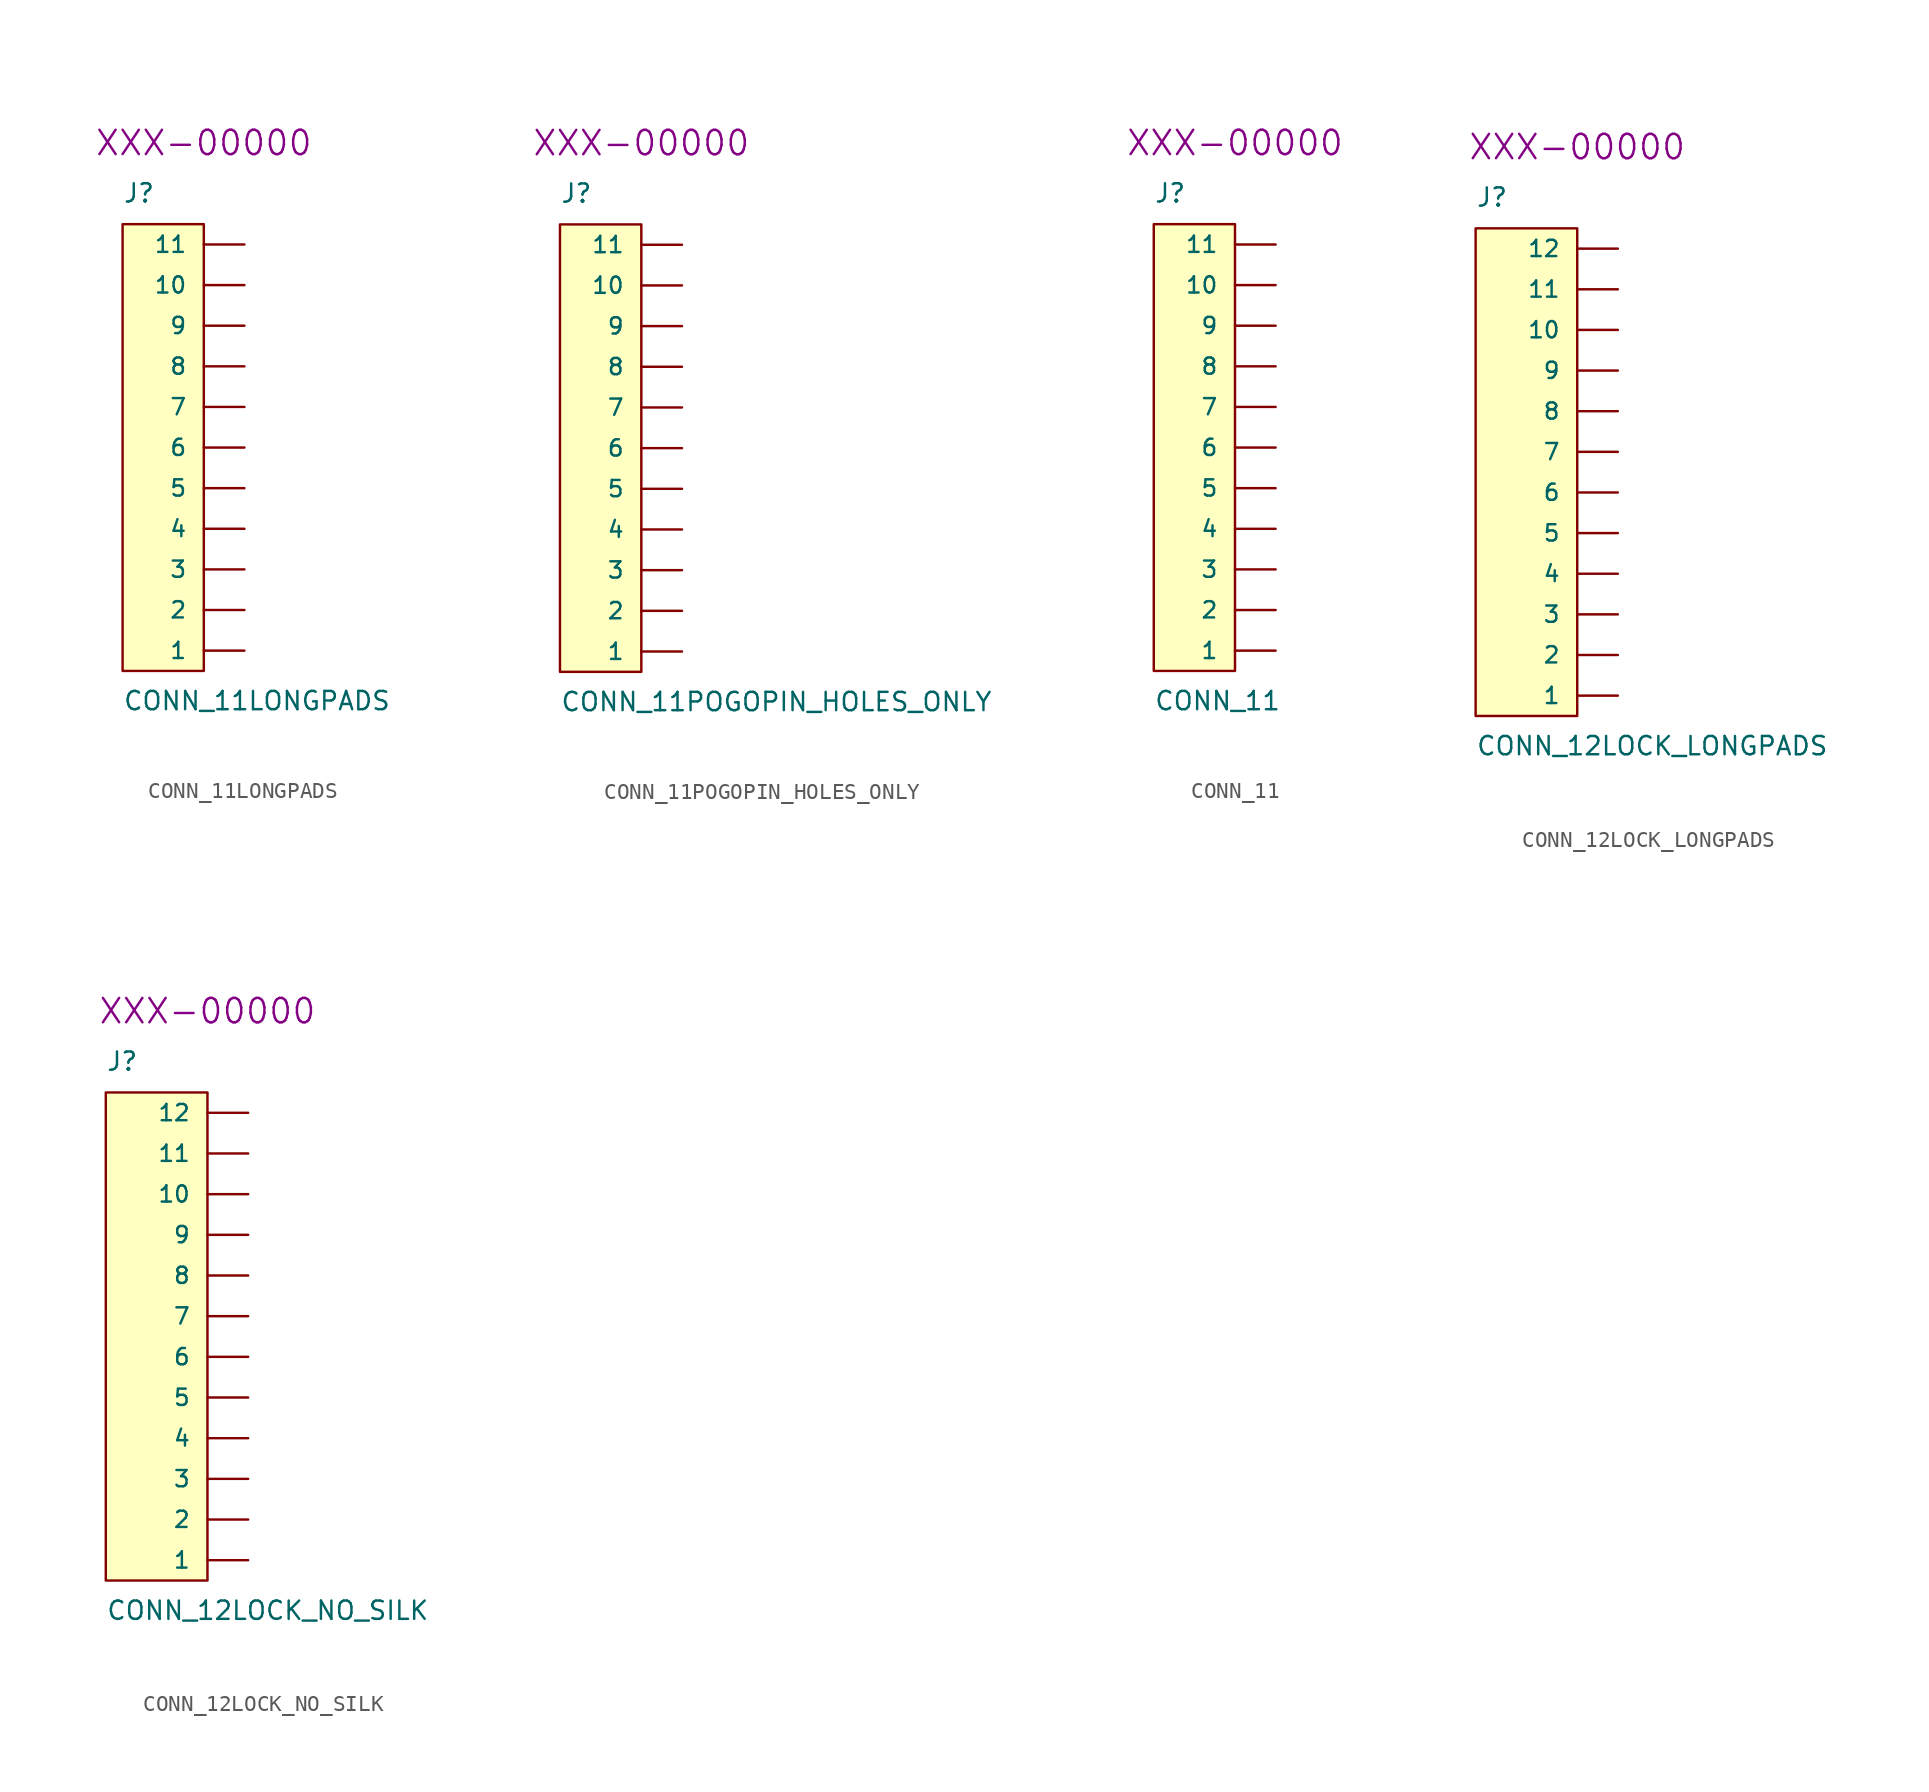
<source format=kicad_sym>
(kicad_symbol_lib
  (version 20201005)
  (generator kicad_symbol_editor)
  (symbol "CONN_11LONGPADS"
    (pin_numbers hide)
    (pin_names
      (offset 1.016))
    (property "Reference" "J"
      (at -5.08 27.94 0)
      (effects (font (size 1.143 1.143)) (justify left bottom)))
    (property "Value" "CONN_11LONGPADS"
      (at -5.08 -3.81 0)
      (effects (font (size 1.143 1.143)) (justify left bottom)))
    (property "Field4" "XXX-00000"
      (at 0 31.75 0)
      (effects (font (size 1.524 1.524))))
    (property "ki_locked" ""
      (at 0 0 0)
      (effects (font (size 1.27 1.27))))
    (symbol "CONN_11LONGPADS_0_1"
      (rectangle (start 0 -1.27) (end -5.08 26.67) (stroke (width 0)) (fill (type background))))
    (symbol "CONN_11LONGPADS_1_1"
      (pin passive line (at 2.54 0 180) (length 2.54) (name "1" (effects (font (size 1.016 1.016)))) (number "1" (effects (font (size 1.016 1.016)))))
      (pin passive line (at 2.54 2.54 180) (length 2.54) (name "2" (effects (font (size 1.016 1.016)))) (number "2" (effects (font (size 1.016 1.016)))))
      (pin passive line (at 2.54 5.08 180) (length 2.54) (name "3" (effects (font (size 1.016 1.016)))) (number "3" (effects (font (size 1.016 1.016)))))
      (pin passive line (at 2.54 7.62 180) (length 2.54) (name "4" (effects (font (size 1.016 1.016)))) (number "4" (effects (font (size 1.016 1.016)))))
      (pin passive line (at 2.54 10.16 180) (length 2.54) (name "5" (effects (font (size 1.016 1.016)))) (number "5" (effects (font (size 1.016 1.016)))))
      (pin passive line (at 2.54 12.7 180) (length 2.54) (name "6" (effects (font (size 1.016 1.016)))) (number "6" (effects (font (size 1.016 1.016)))))
      (pin passive line (at 2.54 15.24 180) (length 2.54) (name "7" (effects (font (size 1.016 1.016)))) (number "7" (effects (font (size 1.016 1.016)))))
      (pin passive line (at 2.54 17.78 180) (length 2.54) (name "8" (effects (font (size 1.016 1.016)))) (number "8" (effects (font (size 1.016 1.016)))))
      (pin passive line (at 2.54 20.32 180) (length 2.54) (name "9" (effects (font (size 1.016 1.016)))) (number "9" (effects (font (size 1.016 1.016)))))
      (pin passive line (at 2.54 22.86 180) (length 2.54) (name "10" (effects (font (size 1.016 1.016)))) (number "10" (effects (font (size 1.016 1.016)))))
      (pin passive line (at 2.54 25.4 180) (length 2.54) (name "11" (effects (font (size 1.016 1.016)))) (number "11" (effects (font (size 1.016 1.016)))))))
  (symbol "CONN_11POGOPIN_HOLES_ONLY"
    (pin_numbers hide)
    (pin_names
      (offset 1.016))
    (property "Reference" "J"
      (at -5.08 27.94 0)
      (effects (font (size 1.143 1.143)) (justify left bottom)))
    (property "Value" "CONN_11POGOPIN_HOLES_ONLY"
      (at -5.08 -3.81 0)
      (effects (font (size 1.143 1.143)) (justify left bottom)))
    (property "Field4" "XXX-00000"
      (at 0 31.75 0)
      (effects (font (size 1.524 1.524))))
    (property "ki_locked" ""
      (at 0 0 0)
      (effects (font (size 1.27 1.27))))
    (symbol "CONN_11POGOPIN_HOLES_ONLY_0_1"
      (rectangle (start 0 -1.27) (end -5.08 26.67) (stroke (width 0)) (fill (type background))))
    (symbol "CONN_11POGOPIN_HOLES_ONLY_1_1"
      (pin passive line (at 2.54 0 180) (length 2.54) (name "1" (effects (font (size 1.016 1.016)))) (number "1" (effects (font (size 1.016 1.016)))))
      (pin passive line (at 2.54 2.54 180) (length 2.54) (name "2" (effects (font (size 1.016 1.016)))) (number "2" (effects (font (size 1.016 1.016)))))
      (pin passive line (at 2.54 5.08 180) (length 2.54) (name "3" (effects (font (size 1.016 1.016)))) (number "3" (effects (font (size 1.016 1.016)))))
      (pin passive line (at 2.54 7.62 180) (length 2.54) (name "4" (effects (font (size 1.016 1.016)))) (number "4" (effects (font (size 1.016 1.016)))))
      (pin passive line (at 2.54 10.16 180) (length 2.54) (name "5" (effects (font (size 1.016 1.016)))) (number "5" (effects (font (size 1.016 1.016)))))
      (pin passive line (at 2.54 12.7 180) (length 2.54) (name "6" (effects (font (size 1.016 1.016)))) (number "6" (effects (font (size 1.016 1.016)))))
      (pin passive line (at 2.54 15.24 180) (length 2.54) (name "7" (effects (font (size 1.016 1.016)))) (number "7" (effects (font (size 1.016 1.016)))))
      (pin passive line (at 2.54 17.78 180) (length 2.54) (name "8" (effects (font (size 1.016 1.016)))) (number "8" (effects (font (size 1.016 1.016)))))
      (pin passive line (at 2.54 20.32 180) (length 2.54) (name "9" (effects (font (size 1.016 1.016)))) (number "9" (effects (font (size 1.016 1.016)))))
      (pin passive line (at 2.54 22.86 180) (length 2.54) (name "10" (effects (font (size 1.016 1.016)))) (number "10" (effects (font (size 1.016 1.016)))))
      (pin passive line (at 2.54 25.4 180) (length 2.54) (name "11" (effects (font (size 1.016 1.016)))) (number "11" (effects (font (size 1.016 1.016)))))))
  (symbol "CONN_11"
    (pin_numbers hide)
    (pin_names
      (offset 1.016))
    (property "Reference" "J"
      (at -5.08 27.94 0)
      (effects (font (size 1.143 1.143)) (justify left bottom)))
    (property "Value" "CONN_11"
      (at -5.08 -3.81 0)
      (effects (font (size 1.143 1.143)) (justify left bottom)))
    (property "Field4" "XXX-00000"
      (at 0 31.75 0)
      (effects (font (size 1.524 1.524))))
    (property "ki_locked" ""
      (at 0 0 0)
      (effects (font (size 1.27 1.27))))
    (symbol "CONN_11_0_1"
      (rectangle (start 0 -1.27) (end -5.08 26.67) (stroke (width 0)) (fill (type background))))
    (symbol "CONN_11_1_1"
      (pin passive line (at 2.54 0 180) (length 2.54) (name "1" (effects (font (size 1.016 1.016)))) (number "1" (effects (font (size 1.016 1.016)))))
      (pin passive line (at 2.54 2.54 180) (length 2.54) (name "2" (effects (font (size 1.016 1.016)))) (number "2" (effects (font (size 1.016 1.016)))))
      (pin passive line (at 2.54 5.08 180) (length 2.54) (name "3" (effects (font (size 1.016 1.016)))) (number "3" (effects (font (size 1.016 1.016)))))
      (pin passive line (at 2.54 7.62 180) (length 2.54) (name "4" (effects (font (size 1.016 1.016)))) (number "4" (effects (font (size 1.016 1.016)))))
      (pin passive line (at 2.54 10.16 180) (length 2.54) (name "5" (effects (font (size 1.016 1.016)))) (number "5" (effects (font (size 1.016 1.016)))))
      (pin passive line (at 2.54 12.7 180) (length 2.54) (name "6" (effects (font (size 1.016 1.016)))) (number "6" (effects (font (size 1.016 1.016)))))
      (pin passive line (at 2.54 15.24 180) (length 2.54) (name "7" (effects (font (size 1.016 1.016)))) (number "7" (effects (font (size 1.016 1.016)))))
      (pin passive line (at 2.54 17.78 180) (length 2.54) (name "8" (effects (font (size 1.016 1.016)))) (number "8" (effects (font (size 1.016 1.016)))))
      (pin passive line (at 2.54 20.32 180) (length 2.54) (name "9" (effects (font (size 1.016 1.016)))) (number "9" (effects (font (size 1.016 1.016)))))
      (pin passive line (at 2.54 22.86 180) (length 2.54) (name "10" (effects (font (size 1.016 1.016)))) (number "10" (effects (font (size 1.016 1.016)))))
      (pin passive line (at 2.54 25.4 180) (length 2.54) (name "11" (effects (font (size 1.016 1.016)))) (number "11" (effects (font (size 1.016 1.016)))))))
  (symbol "CONN_12LOCK_LONGPADS"
    (pin_numbers hide)
    (pin_names
      (offset 1.016))
    (property "Reference" "J"
      (at -6.35 30.48 0)
      (effects (font (size 1.143 1.143)) (justify left bottom)))
    (property "Value" "CONN_12LOCK_LONGPADS"
      (at -6.35 -3.81 0)
      (effects (font (size 1.143 1.143)) (justify left bottom)))
    (property "Field4" "XXX-00000"
      (at 0 34.29 0)
      (effects (font (size 1.524 1.524))))
    (property "ki_locked" ""
      (at 0 0 0)
      (effects (font (size 1.27 1.27))))
    (symbol "CONN_12LOCK_LONGPADS_0_1"
      (rectangle (start 0 -1.27) (end -6.35 29.21) (stroke (width 0)) (fill (type background))))
    (symbol "CONN_12LOCK_LONGPADS_1_1"
      (pin passive line (at 2.54 0 180) (length 2.54) (name "1" (effects (font (size 1.016 1.016)))) (number "1" (effects (font (size 1.016 1.016)))))
      (pin passive line (at 2.54 2.54 180) (length 2.54) (name "2" (effects (font (size 1.016 1.016)))) (number "2" (effects (font (size 1.016 1.016)))))
      (pin passive line (at 2.54 5.08 180) (length 2.54) (name "3" (effects (font (size 1.016 1.016)))) (number "3" (effects (font (size 1.016 1.016)))))
      (pin passive line (at 2.54 7.62 180) (length 2.54) (name "4" (effects (font (size 1.016 1.016)))) (number "4" (effects (font (size 1.016 1.016)))))
      (pin passive line (at 2.54 10.16 180) (length 2.54) (name "5" (effects (font (size 1.016 1.016)))) (number "5" (effects (font (size 1.016 1.016)))))
      (pin passive line (at 2.54 12.7 180) (length 2.54) (name "6" (effects (font (size 1.016 1.016)))) (number "6" (effects (font (size 1.016 1.016)))))
      (pin passive line (at 2.54 15.24 180) (length 2.54) (name "7" (effects (font (size 1.016 1.016)))) (number "7" (effects (font (size 1.016 1.016)))))
      (pin passive line (at 2.54 17.78 180) (length 2.54) (name "8" (effects (font (size 1.016 1.016)))) (number "8" (effects (font (size 1.016 1.016)))))
      (pin passive line (at 2.54 20.32 180) (length 2.54) (name "9" (effects (font (size 1.016 1.016)))) (number "9" (effects (font (size 1.016 1.016)))))
      (pin passive line (at 2.54 22.86 180) (length 2.54) (name "10" (effects (font (size 1.016 1.016)))) (number "10" (effects (font (size 1.016 1.016)))))
      (pin passive line (at 2.54 25.4 180) (length 2.54) (name "11" (effects (font (size 1.016 1.016)))) (number "11" (effects (font (size 1.016 1.016)))))
      (pin passive line (at 2.54 27.94 180) (length 2.54) (name "12" (effects (font (size 1.016 1.016)))) (number "12" (effects (font (size 1.016 1.016)))))))
  (symbol "CONN_12LOCK_NO_SILK"
    (pin_numbers hide)
    (pin_names
      (offset 1.016))
    (property "Reference" "J"
      (at -6.35 30.48 0)
      (effects (font (size 1.143 1.143)) (justify left bottom)))
    (property "Value" "CONN_12LOCK_NO_SILK"
      (at -6.35 -3.81 0)
      (effects (font (size 1.143 1.143)) (justify left bottom)))
    (property "Field4" "XXX-00000"
      (at 0 34.29 0)
      (effects (font (size 1.524 1.524))))
    (property "ki_locked" ""
      (at 0 0 0)
      (effects (font (size 1.27 1.27))))
    (symbol "CONN_12LOCK_NO_SILK_0_1"
      (rectangle (start 0 -1.27) (end -6.35 29.21) (stroke (width 0)) (fill (type background))))
    (symbol "CONN_12LOCK_NO_SILK_1_1"
      (pin passive line (at 2.54 0 180) (length 2.54) (name "1" (effects (font (size 1.016 1.016)))) (number "1" (effects (font (size 1.016 1.016)))))
      (pin passive line (at 2.54 2.54 180) (length 2.54) (name "2" (effects (font (size 1.016 1.016)))) (number "2" (effects (font (size 1.016 1.016)))))
      (pin passive line (at 2.54 5.08 180) (length 2.54) (name "3" (effects (font (size 1.016 1.016)))) (number "3" (effects (font (size 1.016 1.016)))))
      (pin passive line (at 2.54 7.62 180) (length 2.54) (name "4" (effects (font (size 1.016 1.016)))) (number "4" (effects (font (size 1.016 1.016)))))
      (pin passive line (at 2.54 10.16 180) (length 2.54) (name "5" (effects (font (size 1.016 1.016)))) (number "5" (effects (font (size 1.016 1.016)))))
      (pin passive line (at 2.54 12.7 180) (length 2.54) (name "6" (effects (font (size 1.016 1.016)))) (number "6" (effects (font (size 1.016 1.016)))))
      (pin passive line (at 2.54 15.24 180) (length 2.54) (name "7" (effects (font (size 1.016 1.016)))) (number "7" (effects (font (size 1.016 1.016)))))
      (pin passive line (at 2.54 17.78 180) (length 2.54) (name "8" (effects (font (size 1.016 1.016)))) (number "8" (effects (font (size 1.016 1.016)))))
      (pin passive line (at 2.54 20.32 180) (length 2.54) (name "9" (effects (font (size 1.016 1.016)))) (number "9" (effects (font (size 1.016 1.016)))))
      (pin passive line (at 2.54 22.86 180) (length 2.54) (name "10" (effects (font (size 1.016 1.016)))) (number "10" (effects (font (size 1.016 1.016)))))
      (pin passive line (at 2.54 25.4 180) (length 2.54) (name "11" (effects (font (size 1.016 1.016)))) (number "11" (effects (font (size 1.016 1.016)))))
      (pin passive line (at 2.54 27.94 180) (length 2.54) (name "12" (effects (font (size 1.016 1.016)))) (number "12" (effects (font (size 1.016 1.016))))))))
</source>
